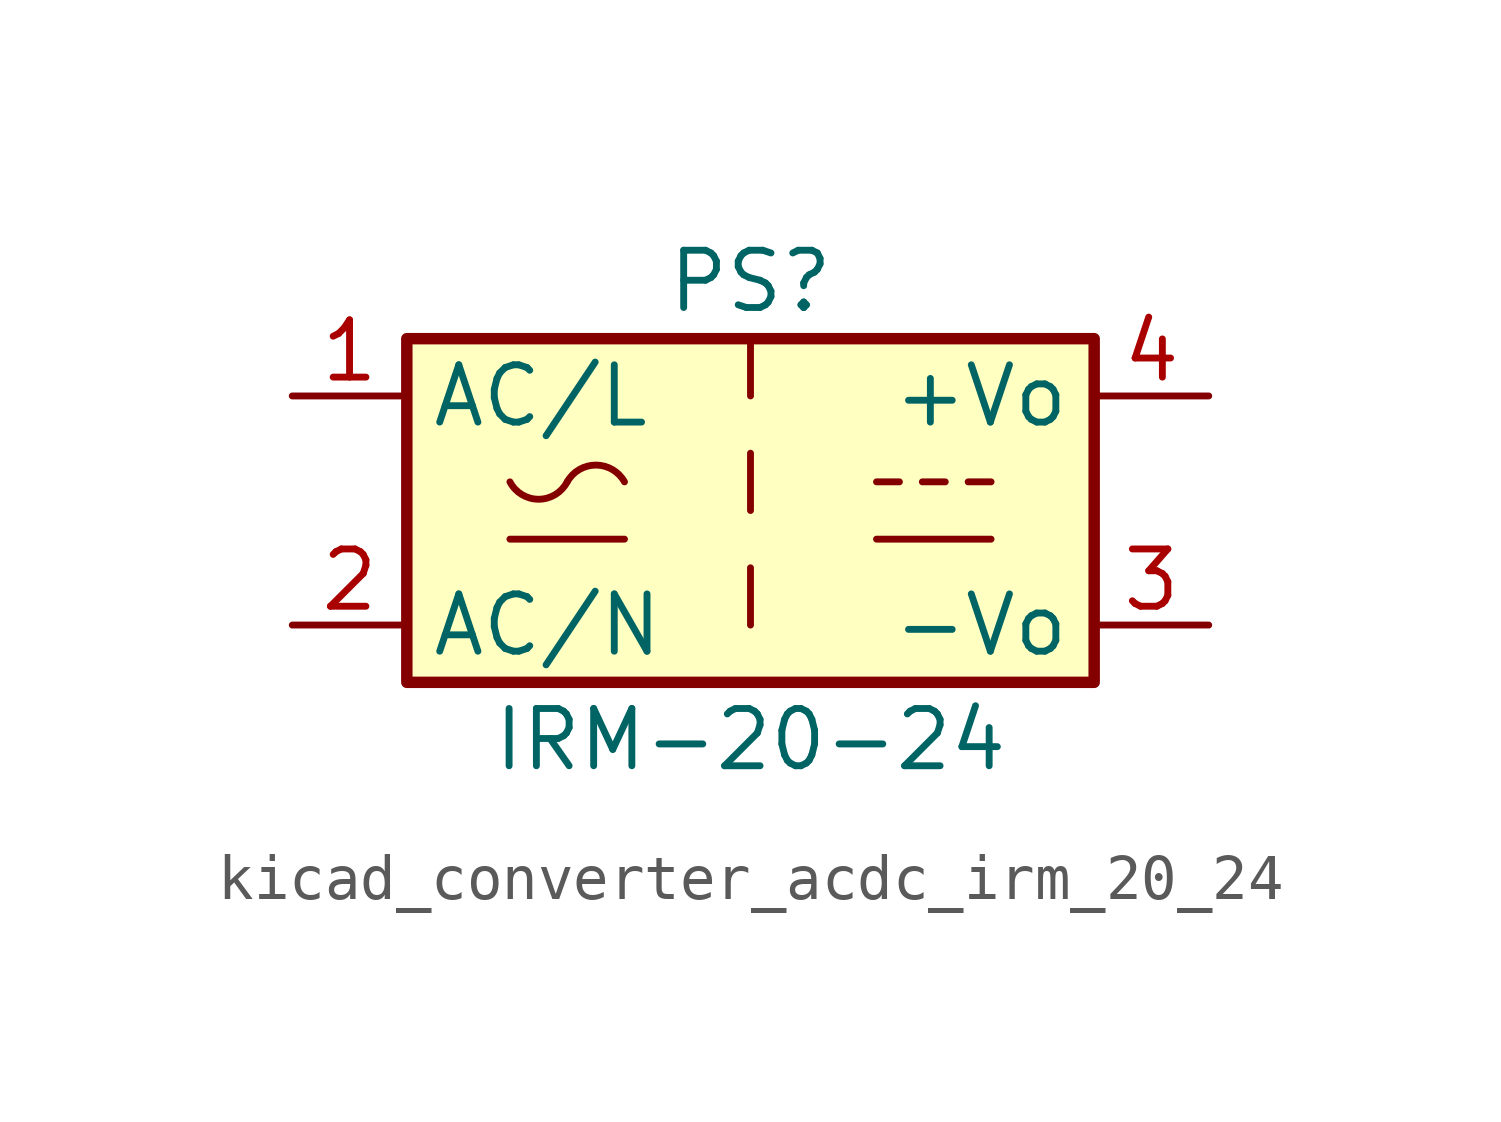
<source format=kicad_sym>
(kicad_symbol_lib
  (version 20220914)
  (generator kicad_symbol_editor)
  (symbol "kicad_converter_acdc_irm_20_24"
    (property "Reference" "PS"
      (at 0 5.08 0)
      (effects (font (size 1.27 1.27))))
    (property "Value" "IRM-20-24"
      (at 0 -5.08 0)
      (effects (font (size 1.27 1.27))))
    (symbol "kicad_converter_acdc_irm_20_24_0_1"
      (rectangle (start -7.62 3.81) (end 7.62 -3.81) (stroke (width 0.254) (type default)) (fill (type background)))
      (arc (start -5.334 0.635) (mid -4.699 0.2495) (end -4.064 0.635) (stroke (width 0) (type default)) (fill (type none)))
      (arc (start -2.794 0.635) (mid -3.429 1.0072) (end -4.064 0.635) (stroke (width 0) (type default)) (fill (type none)))
      (polyline (pts (xy -5.334 -0.635) (xy -2.794 -0.635)) (stroke (width 0) (type default)) (fill (type none)))
      (polyline (pts (xy 0 -1.27) (xy 0 -2.54)) (stroke (width 0) (type default)) (fill (type none)))
      (polyline (pts (xy 0 1.27) (xy 0 0)) (stroke (width 0) (type default)) (fill (type none)))
      (polyline (pts (xy 0 3.81) (xy 0 2.54)) (stroke (width 0) (type default)) (fill (type none)))
      (polyline (pts (xy 2.794 -0.635) (xy 5.334 -0.635)) (stroke (width 0) (type default)) (fill (type none)))
      (polyline (pts (xy 2.794 0.635) (xy 3.302 0.635)) (stroke (width 0) (type default)) (fill (type none)))
      (polyline (pts (xy 3.81 0.635) (xy 4.318 0.635)) (stroke (width 0) (type default)) (fill (type none)))
      (polyline (pts (xy 4.826 0.635) (xy 5.334 0.635)) (stroke (width 0) (type default)) (fill (type none))))
    (symbol "kicad_converter_acdc_irm_20_24_1_1"
      (pin power_in line (at -10.16 2.54 0) (length 2.54) (name "AC/L" (effects (font (size 1.27 1.27)))) (number "1" (effects (font (size 1.27 1.27)))))
      (pin power_in line (at -10.16 -2.54 0) (length 2.54) (name "AC/N" (effects (font (size 1.27 1.27)))) (number "2" (effects (font (size 1.27 1.27)))))
      (pin power_out line (at 10.16 -2.54 180) (length 2.54) (name "-Vo" (effects (font (size 1.27 1.27)))) (number "3" (effects (font (size 1.27 1.27)))))
      (pin power_out line (at 10.16 2.54 180) (length 2.54) (name "+Vo" (effects (font (size 1.27 1.27)))) (number "4" (effects (font (size 1.27 1.27))))))))
</source>
